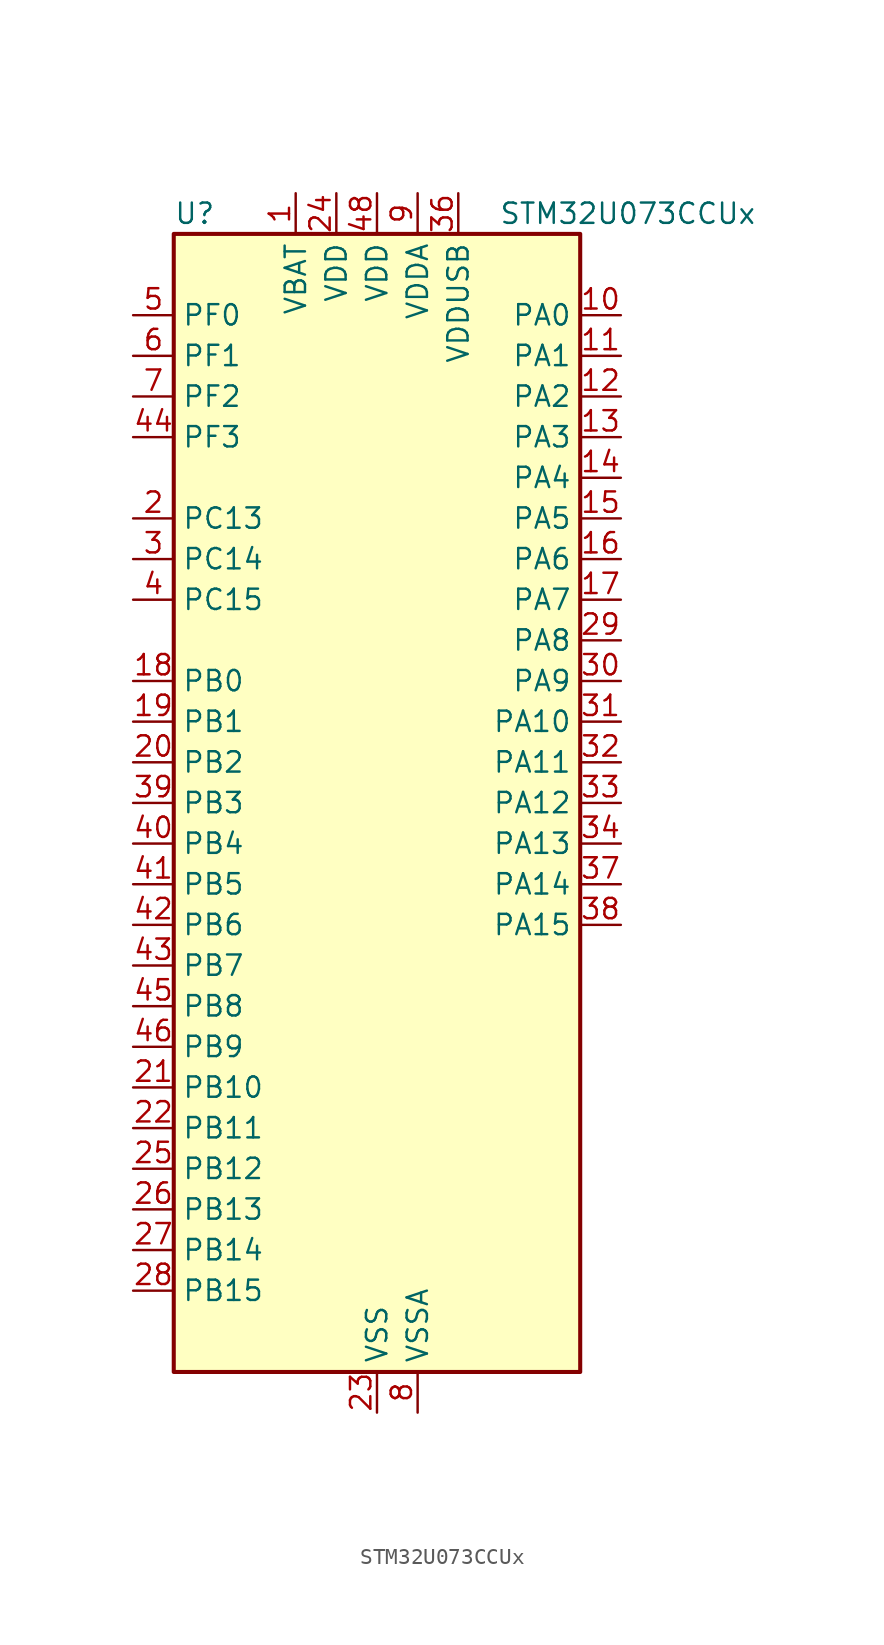
<source format=kicad_sym>
(kicad_symbol_lib
  (version 20241209)
  (generator "kicad_symbol_editor")
  (generator_version "9.0")
  (symbol "STM32U073CCUx"
    (property "Reference" "U"
      (at -12.7 36.83 0)
      (effects (font (size 1.27 1.27)) (justify left)))
    (property "Value" "STM32U073CCUx"
      (at 7.62 36.83 0)
      (effects (font (size 1.27 1.27)) (justify left)))
    (symbol "STM32U073CCUx_0_1"
      (rectangle (start -12.7 -35.56) (end 12.7 35.56) (stroke (width 0.254) (type default)) (fill (type background))))
    (symbol "STM32U073CCUx_1_1"
      (pin bidirectional line (at -15.24 30.48 0) (length 2.54) (name "PF0" (effects (font (size 1.27 1.27)))) (number "5" (effects (font (size 1.27 1.27)))) (alternate "RCC_OSC_IN" bidirectional line))
      (pin bidirectional line (at -15.24 27.94 0) (length 2.54) (name "PF1" (effects (font (size 1.27 1.27)))) (number "6" (effects (font (size 1.27 1.27)))) (alternate "RCC_OSC_EN" bidirectional line) (alternate "RCC_OSC_OUT" bidirectional line))
      (pin bidirectional line (at -15.24 25.4 0) (length 2.54) (name "PF2" (effects (font (size 1.27 1.27)))) (number "7" (effects (font (size 1.27 1.27)))) (alternate "RCC_MCO" bidirectional line))
      (pin bidirectional line (at -15.24 22.86 0) (length 2.54) (name "PF3" (effects (font (size 1.27 1.27)))) (number "44" (effects (font (size 1.27 1.27)))))
      (pin bidirectional line (at -15.24 17.78 0) (length 2.54) (name "PC13" (effects (font (size 1.27 1.27)))) (number "2" (effects (font (size 1.27 1.27)))) (alternate "LPTIM1_CH3" bidirectional line) (alternate "LPTIM3_CH3" bidirectional line) (alternate "PWR_WKUP2" bidirectional line) (alternate "RTC_OUT1" bidirectional line) (alternate "RTC_TS" bidirectional line) (alternate "TAMP_IN1" bidirectional line))
      (pin bidirectional line (at -15.24 15.24 0) (length 2.54) (name "PC14" (effects (font (size 1.27 1.27)))) (number "3" (effects (font (size 1.27 1.27)))) (alternate "RCC_OSC32_IN" bidirectional line))
      (pin bidirectional line (at -15.24 12.7 0) (length 2.54) (name "PC15" (effects (font (size 1.27 1.27)))) (number "4" (effects (font (size 1.27 1.27)))) (alternate "RCC_OSC32_EN" bidirectional line) (alternate "RCC_OSC32_OUT" bidirectional line) (alternate "RCC_OSC_EN" bidirectional line))
      (pin bidirectional line (at -15.24 7.62 0) (length 2.54) (name "PB0" (effects (font (size 1.27 1.27)))) (number "18" (effects (font (size 1.27 1.27)))) (alternate "ADC1_IN17" bidirectional line) (alternate "COMP1_OUT" bidirectional line) (alternate "LCD_SEG5" bidirectional line) (alternate "LPTIM3_CH1" bidirectional line) (alternate "LPUART2_CTS" bidirectional line) (alternate "SPI1_NSS" bidirectional line) (alternate "TIM1_CH2N" bidirectional line) (alternate "TIM3_CH3" bidirectional line) (alternate "TSC_G5_IO2" bidirectional line) (alternate "USART3_CK" bidirectional line))
      (pin bidirectional line (at -15.24 5.08 0) (length 2.54) (name "PB1" (effects (font (size 1.27 1.27)))) (number "19" (effects (font (size 1.27 1.27)))) (alternate "ADC1_IN18" bidirectional line) (alternate "COMP1_INM" bidirectional line) (alternate "LCD_SEG6" bidirectional line) (alternate "LPTIM2_IN1" bidirectional line) (alternate "LPTIM3_CH2" bidirectional line) (alternate "LPUART1_DE" bidirectional line) (alternate "LPUART1_RTS" bidirectional line) (alternate "LPUART2_DE" bidirectional line) (alternate "LPUART2_RTS" bidirectional line) (alternate "TIM1_CH3N" bidirectional line) (alternate "TIM3_CH4" bidirectional line) (alternate "TSC_SYNC" bidirectional line) (alternate "USART3_DE" bidirectional line) (alternate "USART3_RTS" bidirectional line))
      (pin bidirectional line (at -15.24 2.54 0) (length 2.54) (name "PB2" (effects (font (size 1.27 1.27)))) (number "20" (effects (font (size 1.27 1.27)))) (alternate "COMP1_INP" bidirectional line) (alternate "LCD_VLCD" bidirectional line) (alternate "LPTIM1_CH1" bidirectional line) (alternate "RTC_OUT2" bidirectional line))
      (pin bidirectional line (at -15.24 0 0) (length 2.54) (name "PB3" (effects (font (size 1.27 1.27)))) (number "39" (effects (font (size 1.27 1.27)))) (alternate "COMP2_INM" bidirectional line) (alternate "DEBUG_JTDO-SWO" bidirectional line) (alternate "I2C2_SCL" bidirectional line) (alternate "I2C3_SCL" bidirectional line) (alternate "LCD_SEG7" bidirectional line) (alternate "LPTIM1_CH3" bidirectional line) (alternate "SPI1_SCK" bidirectional line) (alternate "SPI3_SCK" bidirectional line) (alternate "TIM2_CH2" bidirectional line) (alternate "USART1_DE" bidirectional line) (alternate "USART1_RTS" bidirectional line))
      (pin bidirectional line (at -15.24 -2.54 0) (length 2.54) (name "PB4" (effects (font (size 1.27 1.27)))) (number "40" (effects (font (size 1.27 1.27)))) (alternate "COMP2_INP" bidirectional line) (alternate "I2C2_SDA" bidirectional line) (alternate "I2C3_SDA" bidirectional line) (alternate "LCD_SEG8" bidirectional line) (alternate "LPTIM1_CH4" bidirectional line) (alternate "LPUART3_DE" bidirectional line) (alternate "LPUART3_RTS" bidirectional line) (alternate "SPI1_MISO" bidirectional line) (alternate "SPI3_MISO" bidirectional line) (alternate "TIM3_CH1" bidirectional line) (alternate "TSC_G2_IO1" bidirectional line) (alternate "USART1_CTS" bidirectional line))
      (pin bidirectional line (at -15.24 -5.08 0) (length 2.54) (name "PB5" (effects (font (size 1.27 1.27)))) (number "41" (effects (font (size 1.27 1.27)))) (alternate "COMP2_OUT" bidirectional line) (alternate "LCD_SEG9" bidirectional line) (alternate "LPTIM1_IN1" bidirectional line) (alternate "LPUART3_CTS" bidirectional line) (alternate "SPI1_MOSI" bidirectional line) (alternate "SPI3_MOSI" bidirectional line) (alternate "TIM16_BKIN" bidirectional line) (alternate "TIM3_CH2" bidirectional line) (alternate "TSC_G2_IO2" bidirectional line) (alternate "USART1_CK" bidirectional line))
      (pin bidirectional line (at -15.24 -7.62 0) (length 2.54) (name "PB6" (effects (font (size 1.27 1.27)))) (number "42" (effects (font (size 1.27 1.27)))) (alternate "COMP2_INP" bidirectional line) (alternate "I2C1_SCL" bidirectional line) (alternate "I2C2_SCL" bidirectional line) (alternate "I2C4_SCL" bidirectional line) (alternate "LPTIM1_ETR" bidirectional line) (alternate "LPUART2_TX" bidirectional line) (alternate "LPUART3_TX" bidirectional line) (alternate "TIM16_CH1N" bidirectional line) (alternate "TSC_G2_IO3" bidirectional line) (alternate "USART1_TX" bidirectional line))
      (pin bidirectional line (at -15.24 -10.16 0) (length 2.54) (name "PB7" (effects (font (size 1.27 1.27)))) (number "43" (effects (font (size 1.27 1.27)))) (alternate "COMP2_INM" bidirectional line) (alternate "I2C1_SDA" bidirectional line) (alternate "I2C2_SDA" bidirectional line) (alternate "I2C4_SDA" bidirectional line) (alternate "LCD_SEG21" bidirectional line) (alternate "LPTIM1_IN2" bidirectional line) (alternate "LPUART2_RX" bidirectional line) (alternate "LPUART3_RX" bidirectional line) (alternate "PWR_PVD_IN" bidirectional line) (alternate "TSC_G2_IO4" bidirectional line) (alternate "USART1_RX" bidirectional line) (alternate "USART4_CTS" bidirectional line))
      (pin bidirectional line (at -15.24 -12.7 0) (length 2.54) (name "PB8" (effects (font (size 1.27 1.27)))) (number "45" (effects (font (size 1.27 1.27)))) (alternate "I2C1_SCL" bidirectional line) (alternate "I2C2_SCL" bidirectional line) (alternate "LCD_SEG16" bidirectional line) (alternate "LPTIM1_IN2" bidirectional line) (alternate "LPTIM3_IN2" bidirectional line) (alternate "TIM16_CH1" bidirectional line) (alternate "USART3_TX" bidirectional line))
      (pin bidirectional line (at -15.24 -15.24 0) (length 2.54) (name "PB9" (effects (font (size 1.27 1.27)))) (number "46" (effects (font (size 1.27 1.27)))) (alternate "DAC1_EXTI9" bidirectional line) (alternate "I2C1_SDA" bidirectional line) (alternate "I2C2_SDA" bidirectional line) (alternate "IR_OUT" bidirectional line) (alternate "LCD_COM3" bidirectional line) (alternate "LPTIM1_CH4" bidirectional line) (alternate "LPTIM3_CH4" bidirectional line) (alternate "SPI2_NSS" bidirectional line) (alternate "USART3_RX" bidirectional line))
      (pin bidirectional line (at -15.24 -17.78 0) (length 2.54) (name "PB10" (effects (font (size 1.27 1.27)))) (number "21" (effects (font (size 1.27 1.27)))) (alternate "COMP1_OUT" bidirectional line) (alternate "I2C2_SCL" bidirectional line) (alternate "I2C4_SCL" bidirectional line) (alternate "LCD_SEG10" bidirectional line) (alternate "LPTIM3_CH1" bidirectional line) (alternate "LPUART1_RX" bidirectional line) (alternate "LPUART2_RX" bidirectional line) (alternate "SPI2_SCK" bidirectional line) (alternate "TIM2_CH3" bidirectional line) (alternate "TSC_G5_IO3" bidirectional line) (alternate "USART3_TX" bidirectional line))
      (pin bidirectional line (at -15.24 -20.32 0) (length 2.54) (name "PB11" (effects (font (size 1.27 1.27)))) (number "22" (effects (font (size 1.27 1.27)))) (alternate "ADC1_EXTI11" bidirectional line) (alternate "COMP2_OUT" bidirectional line) (alternate "I2C2_SDA" bidirectional line) (alternate "I2C4_SDA" bidirectional line) (alternate "LCD_SEG11" bidirectional line) (alternate "LPUART1_TX" bidirectional line) (alternate "LPUART2_TX" bidirectional line) (alternate "TIM2_CH4" bidirectional line) (alternate "TSC_G5_IO4" bidirectional line) (alternate "USART3_RX" bidirectional line))
      (pin bidirectional line (at -15.24 -22.86 0) (length 2.54) (name "PB12" (effects (font (size 1.27 1.27)))) (number "25" (effects (font (size 1.27 1.27)))) (alternate "LCD_SEG12" bidirectional line) (alternate "LPUART1_DE" bidirectional line) (alternate "LPUART1_RTS" bidirectional line) (alternate "SPI2_NSS" bidirectional line) (alternate "TIM15_BKIN" bidirectional line) (alternate "TIM1_BKIN" bidirectional line) (alternate "TSC_G1_IO1" bidirectional line) (alternate "USART3_CK" bidirectional line))
      (pin bidirectional line (at -15.24 -25.4 0) (length 2.54) (name "PB13" (effects (font (size 1.27 1.27)))) (number "26" (effects (font (size 1.27 1.27)))) (alternate "I2C2_SCL" bidirectional line) (alternate "LCD_SEG13" bidirectional line) (alternate "LPTIM3_IN1" bidirectional line) (alternate "LPUART1_CTS" bidirectional line) (alternate "SPI2_SCK" bidirectional line) (alternate "TIM15_CH1N" bidirectional line) (alternate "TIM1_CH1N" bidirectional line) (alternate "TSC_G1_IO2" bidirectional line) (alternate "USART3_CTS" bidirectional line))
      (pin bidirectional line (at -15.24 -27.94 0) (length 2.54) (name "PB14" (effects (font (size 1.27 1.27)))) (number "27" (effects (font (size 1.27 1.27)))) (alternate "I2C2_SDA" bidirectional line) (alternate "LCD_SEG14" bidirectional line) (alternate "LPTIM3_ETR" bidirectional line) (alternate "SPI2_MISO" bidirectional line) (alternate "TIM15_CH1" bidirectional line) (alternate "TIM1_CH2N" bidirectional line) (alternate "TSC_G1_IO3" bidirectional line) (alternate "USART3_DE" bidirectional line) (alternate "USART3_RTS" bidirectional line))
      (pin bidirectional line (at -15.24 -30.48 0) (length 2.54) (name "PB15" (effects (font (size 1.27 1.27)))) (number "28" (effects (font (size 1.27 1.27)))) (alternate "LCD_SEG15" bidirectional line) (alternate "PWR_WKUP7" bidirectional line) (alternate "RTC_REFIN" bidirectional line) (alternate "SPI2_MOSI" bidirectional line) (alternate "TAMP_IN3" bidirectional line) (alternate "TIM15_CH2" bidirectional line) (alternate "TIM1_CH3N" bidirectional line) (alternate "TSC_G1_IO4" bidirectional line))
      (pin power_in line (at -5.08 38.1 270) (length 2.54) (name "VBAT" (effects (font (size 1.27 1.27)))) (number "1" (effects (font (size 1.27 1.27)))))
      (pin power_in line (at -2.54 38.1 270) (length 2.54) (name "VDD" (effects (font (size 1.27 1.27)))) (number "24" (effects (font (size 1.27 1.27)))))
      (pin power_in line (at 0 38.1 270) (length 2.54) (name "VDD" (effects (font (size 1.27 1.27)))) (number "48" (effects (font (size 1.27 1.27)))))
      (pin power_in line (at 0 -38.1 90) (length 2.54) (name "VSS" (effects (font (size 1.27 1.27)))) (number "23" (effects (font (size 1.27 1.27)))))
      (pin passive line (at 0 -38.1 90) (length 2.54) (hide yes) (name "VSS" (effects (font (size 1.27 1.27)))) (number "35" (effects (font (size 1.27 1.27)))))
      (pin passive line (at 0 -38.1 90) (length 2.54) (hide yes) (name "VSS" (effects (font (size 1.27 1.27)))) (number "47" (effects (font (size 1.27 1.27)))))
      (pin passive line (at 0 -38.1 90) (length 2.54) (hide yes) (name "VSS" (effects (font (size 1.27 1.27)))) (number "49" (effects (font (size 1.27 1.27)))))
      (pin power_in line (at 2.54 38.1 270) (length 2.54) (name "VDDA" (effects (font (size 1.27 1.27)))) (number "9" (effects (font (size 1.27 1.27)))))
      (pin power_in line (at 2.54 -38.1 90) (length 2.54) (name "VSSA" (effects (font (size 1.27 1.27)))) (number "8" (effects (font (size 1.27 1.27)))))
      (pin power_in line (at 5.08 38.1 270) (length 2.54) (name "VDDUSB" (effects (font (size 1.27 1.27)))) (number "36" (effects (font (size 1.27 1.27)))))
      (pin bidirectional line (at 15.24 30.48 180) (length 2.54) (name "PA0" (effects (font (size 1.27 1.27)))) (number "10" (effects (font (size 1.27 1.27)))) (alternate "ADC1_IN4" bidirectional line) (alternate "COMP1_INM" bidirectional line) (alternate "COMP1_OUT" bidirectional line) (alternate "LCD_SEG42" bidirectional line) (alternate "OPAMP1_VINP" bidirectional line) (alternate "PWR_WKUP1" bidirectional line) (alternate "TAMP_IN2" bidirectional line) (alternate "TIM2_CH1" bidirectional line) (alternate "TIM2_ETR" bidirectional line) (alternate "USART2_CTS" bidirectional line) (alternate "USART4_TX" bidirectional line))
      (pin bidirectional line (at 15.24 27.94 180) (length 2.54) (name "PA1" (effects (font (size 1.27 1.27)))) (number "11" (effects (font (size 1.27 1.27)))) (alternate "ADC1_IN5" bidirectional line) (alternate "COMP1_INP" bidirectional line) (alternate "LCD_SEG0" bidirectional line) (alternate "LPTIM1_CH2" bidirectional line) (alternate "OPAMP1_VINM" bidirectional line) (alternate "PWR_WKUP3" bidirectional line) (alternate "SPI1_SCK" bidirectional line) (alternate "SPI2_SCK" bidirectional line) (alternate "TAMP_IN5" bidirectional line) (alternate "TIM15_CH1N" bidirectional line) (alternate "TIM2_CH2" bidirectional line) (alternate "USART2_DE" bidirectional line) (alternate "USART2_RTS" bidirectional line) (alternate "USART4_RX" bidirectional line))
      (pin bidirectional line (at 15.24 25.4 180) (length 2.54) (name "PA2" (effects (font (size 1.27 1.27)))) (number "12" (effects (font (size 1.27 1.27)))) (alternate "ADC1_IN6" bidirectional line) (alternate "COMP2_INM" bidirectional line) (alternate "COMP2_OUT" bidirectional line) (alternate "LCD_SEG1" bidirectional line) (alternate "LPUART1_TX" bidirectional line) (alternate "PWR_WKUP4" bidirectional line) (alternate "RCC_LSCO" bidirectional line) (alternate "TIM15_CH1" bidirectional line) (alternate "TIM2_CH3" bidirectional line) (alternate "USART2_TX" bidirectional line))
      (pin bidirectional line (at 15.24 22.86 180) (length 2.54) (name "PA3" (effects (font (size 1.27 1.27)))) (number "13" (effects (font (size 1.27 1.27)))) (alternate "ADC1_IN7" bidirectional line) (alternate "COMP2_INP" bidirectional line) (alternate "LCD_SEG2" bidirectional line) (alternate "LPUART1_RX" bidirectional line) (alternate "OPAMP1_VOUT" bidirectional line) (alternate "TIM15_CH2" bidirectional line) (alternate "TIM2_CH4" bidirectional line) (alternate "USART2_RX" bidirectional line))
      (pin bidirectional line (at 15.24 20.32 180) (length 2.54) (name "PA4" (effects (font (size 1.27 1.27)))) (number "14" (effects (font (size 1.27 1.27)))) (alternate "ADC1_IN8" bidirectional line) (alternate "COMP1_INM" bidirectional line) (alternate "COMP2_INM" bidirectional line) (alternate "DAC1_OUT1" bidirectional line) (alternate "LCD_SEG43" bidirectional line) (alternate "LPTIM2_CH1" bidirectional line) (alternate "LPUART3_TX" bidirectional line) (alternate "SPI1_NSS" bidirectional line) (alternate "SPI3_NSS" bidirectional line) (alternate "USART2_CK" bidirectional line))
      (pin bidirectional line (at 15.24 17.78 180) (length 2.54) (name "PA5" (effects (font (size 1.27 1.27)))) (number "15" (effects (font (size 1.27 1.27)))) (alternate "ADC1_IN9" bidirectional line) (alternate "COMP1_INM" bidirectional line) (alternate "COMP2_INM" bidirectional line) (alternate "LCD_SEG44" bidirectional line) (alternate "LPTIM2_ETR" bidirectional line) (alternate "LPUART3_RX" bidirectional line) (alternate "SPI1_SCK" bidirectional line) (alternate "TIM2_CH1" bidirectional line) (alternate "TIM2_ETR" bidirectional line) (alternate "USART3_TX" bidirectional line))
      (pin bidirectional line (at 15.24 15.24 180) (length 2.54) (name "PA6" (effects (font (size 1.27 1.27)))) (number "16" (effects (font (size 1.27 1.27)))) (alternate "ADC1_IN10" bidirectional line) (alternate "COMP1_OUT" bidirectional line) (alternate "I2C2_SDA" bidirectional line) (alternate "I2C3_SDA" bidirectional line) (alternate "LCD_SEG3" bidirectional line) (alternate "LPUART1_CTS" bidirectional line) (alternate "SPI1_MISO" bidirectional line) (alternate "TIM16_CH1" bidirectional line) (alternate "TIM1_BKIN" bidirectional line) (alternate "TIM3_CH1" bidirectional line) (alternate "TSC_G5_IO1" bidirectional line) (alternate "USART3_CTS" bidirectional line))
      (pin bidirectional line (at 15.24 12.7 180) (length 2.54) (name "PA7" (effects (font (size 1.27 1.27)))) (number "17" (effects (font (size 1.27 1.27)))) (alternate "ADC1_IN14" bidirectional line) (alternate "COMP2_OUT" bidirectional line) (alternate "I2C2_SCL" bidirectional line) (alternate "I2C3_SCL" bidirectional line) (alternate "LCD_SEG4" bidirectional line) (alternate "LPTIM2_CH2" bidirectional line) (alternate "SPI1_MOSI" bidirectional line) (alternate "TIM1_CH1N" bidirectional line) (alternate "TIM3_CH2" bidirectional line) (alternate "USART3_RX" bidirectional line))
      (pin bidirectional line (at 15.24 10.16 180) (length 2.54) (name "PA8" (effects (font (size 1.27 1.27)))) (number "29" (effects (font (size 1.27 1.27)))) (alternate "LCD_COM0" bidirectional line) (alternate "LPTIM2_CH1" bidirectional line) (alternate "RCC_MCO" bidirectional line) (alternate "RCC_MCO2" bidirectional line) (alternate "TIM1_CH1" bidirectional line) (alternate "TSC_G7_IO1" bidirectional line) (alternate "USART1_CK" bidirectional line))
      (pin bidirectional line (at 15.24 7.62 180) (length 2.54) (name "PA9" (effects (font (size 1.27 1.27)))) (number "30" (effects (font (size 1.27 1.27)))) (alternate "COMP1_INP" bidirectional line) (alternate "DAC1_EXTI9" bidirectional line) (alternate "I2C1_SCL" bidirectional line) (alternate "I2C2_SCL" bidirectional line) (alternate "LCD_COM1" bidirectional line) (alternate "RCC_MCO" bidirectional line) (alternate "TIM15_BKIN" bidirectional line) (alternate "TIM1_CH2" bidirectional line) (alternate "TSC_G7_IO2" bidirectional line) (alternate "USART1_TX" bidirectional line))
      (pin bidirectional line (at 15.24 5.08 180) (length 2.54) (name "PA10" (effects (font (size 1.27 1.27)))) (number "31" (effects (font (size 1.27 1.27)))) (alternate "CRS_SYNC" bidirectional line) (alternate "I2C1_SDA" bidirectional line) (alternate "I2C2_SDA" bidirectional line) (alternate "LCD_COM2" bidirectional line) (alternate "RCC_MCO2" bidirectional line) (alternate "SPI2_NSS" bidirectional line) (alternate "TIM1_CH3" bidirectional line) (alternate "TSC_G7_IO3" bidirectional line) (alternate "USART1_RX" bidirectional line))
      (pin bidirectional line (at 15.24 2.54 180) (length 2.54) (name "PA11" (effects (font (size 1.27 1.27)))) (number "32" (effects (font (size 1.27 1.27)))) (alternate "ADC1_EXTI11" bidirectional line) (alternate "COMP1_OUT" bidirectional line) (alternate "SPI1_MISO" bidirectional line) (alternate "SPI2_MISO" bidirectional line) (alternate "TIM1_BKIN2" bidirectional line) (alternate "TIM1_CH4" bidirectional line) (alternate "USART1_CTS" bidirectional line) (alternate "USB_DM" bidirectional line))
      (pin bidirectional line (at 15.24 0 180) (length 2.54) (name "PA12" (effects (font (size 1.27 1.27)))) (number "33" (effects (font (size 1.27 1.27)))) (alternate "SPI1_MOSI" bidirectional line) (alternate "SPI2_MOSI" bidirectional line) (alternate "TIM1_ETR" bidirectional line) (alternate "USART1_DE" bidirectional line) (alternate "USART1_RTS" bidirectional line) (alternate "USB_DP" bidirectional line))
      (pin bidirectional line (at 15.24 -2.54 180) (length 2.54) (name "PA13" (effects (font (size 1.27 1.27)))) (number "34" (effects (font (size 1.27 1.27)))) (alternate "DEBUG_JTMS-SWDIO" bidirectional line) (alternate "IR_OUT" bidirectional line) (alternate "LCD_SEG40" bidirectional line) (alternate "TSC_G7_IO4" bidirectional line) (alternate "USB_NOE" bidirectional line))
      (pin bidirectional line (at 15.24 -5.08 180) (length 2.54) (name "PA14" (effects (font (size 1.27 1.27)))) (number "37" (effects (font (size 1.27 1.27)))) (alternate "DEBUG_JTCK-SWCLK" bidirectional line) (alternate "LCD_SEG41" bidirectional line) (alternate "LPTIM1_CH1" bidirectional line) (alternate "TSC_G3_IO4" bidirectional line))
      (pin bidirectional line (at 15.24 -7.62 180) (length 2.54) (name "PA15" (effects (font (size 1.27 1.27)))) (number "38" (effects (font (size 1.27 1.27)))) (alternate "DEBUG_JTDI" bidirectional line) (alternate "LCD_SEG17" bidirectional line) (alternate "LPTIM3_CH3" bidirectional line) (alternate "LPTIM3_IN2" bidirectional line) (alternate "SPI1_NSS" bidirectional line) (alternate "SPI3_NSS" bidirectional line) (alternate "TIM2_CH1" bidirectional line) (alternate "TIM2_ETR" bidirectional line) (alternate "TSC_G3_IO1" bidirectional line) (alternate "USART2_RX" bidirectional line) (alternate "USART3_DE" bidirectional line) (alternate "USART3_RTS" bidirectional line) (alternate "USART4_DE" bidirectional line) (alternate "USART4_RTS" bidirectional line)))))
</source>
